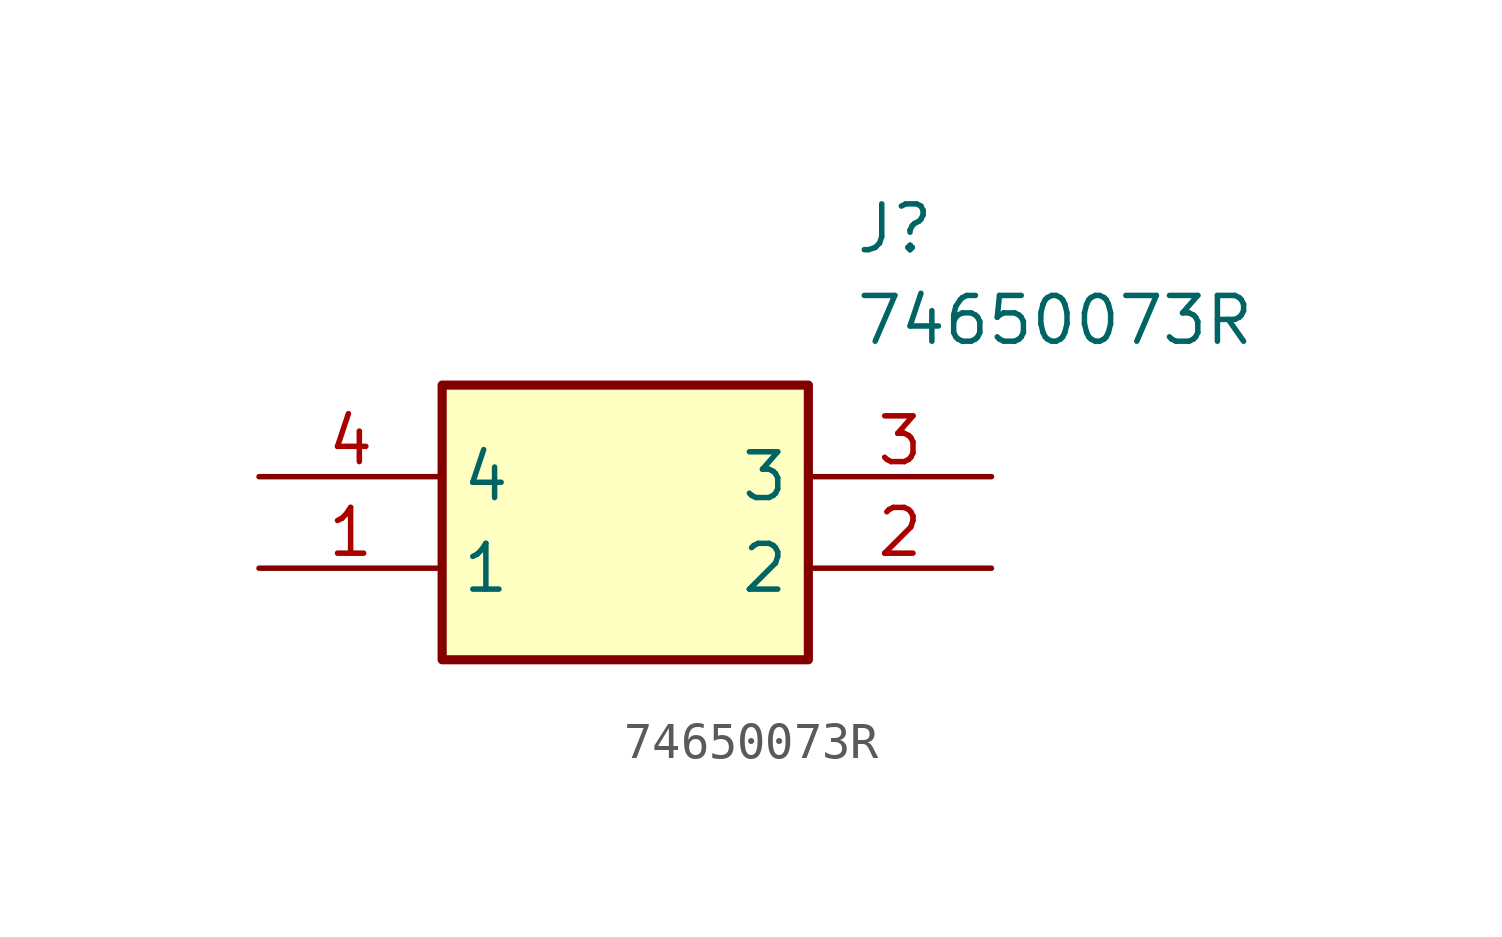
<source format=kicad_sym>
(kicad_symbol_lib
  (version 20211014)
  (generator SamacSys_ECAD_Model)
  (symbol "74650073R"
    (property "Reference" "J"
      (at 16.51 7.62 0)
      (effects (font (size 1.27 1.27)) (justify left top)))
    (property "Value" "74650073R"
      (at 16.51 5.08 0)
      (effects (font (size 1.27 1.27)) (justify left top)))
    (rectangle
      (start 5.08 2.54)
      (end 15.24 -5.08)
      (stroke (width 0.254) (type default))
      (fill (type background)))
    (pin passive line
      (at 0 -2.54 0)
      (length 5.08)
      (name "1" (effects (font (size 1.27 1.27))))
      (number "1" (effects (font (size 1.27 1.27)))))
    (pin passive line
      (at 20.32 -2.54 180)
      (length 5.08)
      (name "2" (effects (font (size 1.27 1.27))))
      (number "2" (effects (font (size 1.27 1.27)))))
    (pin passive line
      (at 20.32 0 180)
      (length 5.08)
      (name "3" (effects (font (size 1.27 1.27))))
      (number "3" (effects (font (size 1.27 1.27)))))
    (pin passive line
      (at 0 0 0)
      (length 5.08)
      (name "4" (effects (font (size 1.27 1.27))))
      (number "4" (effects (font (size 1.27 1.27)))))))
</source>
